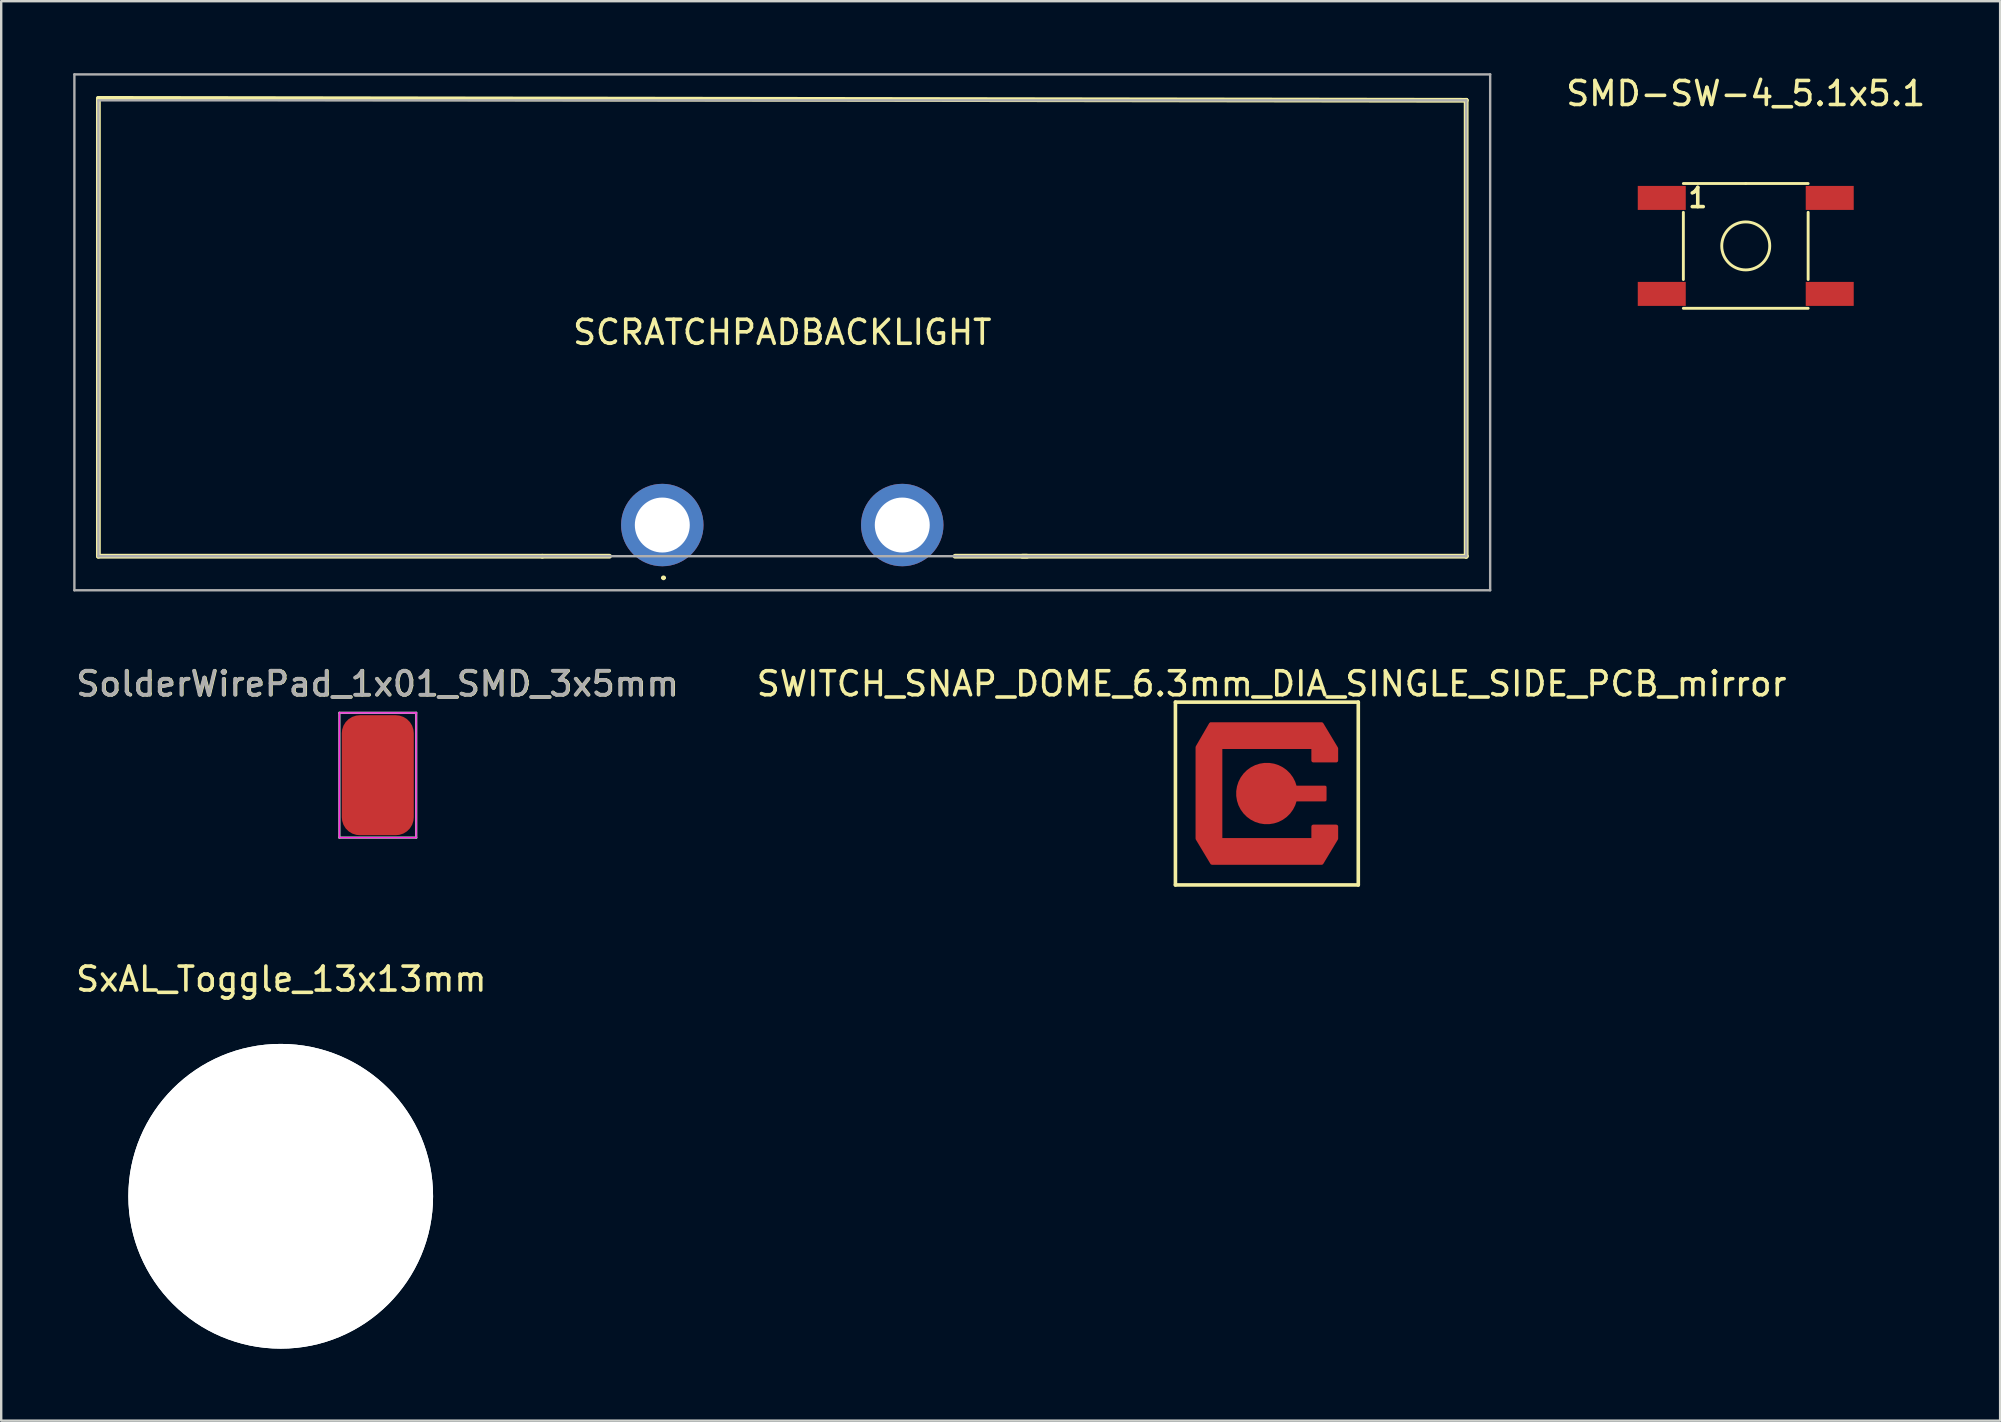
<source format=kicad_pcb>
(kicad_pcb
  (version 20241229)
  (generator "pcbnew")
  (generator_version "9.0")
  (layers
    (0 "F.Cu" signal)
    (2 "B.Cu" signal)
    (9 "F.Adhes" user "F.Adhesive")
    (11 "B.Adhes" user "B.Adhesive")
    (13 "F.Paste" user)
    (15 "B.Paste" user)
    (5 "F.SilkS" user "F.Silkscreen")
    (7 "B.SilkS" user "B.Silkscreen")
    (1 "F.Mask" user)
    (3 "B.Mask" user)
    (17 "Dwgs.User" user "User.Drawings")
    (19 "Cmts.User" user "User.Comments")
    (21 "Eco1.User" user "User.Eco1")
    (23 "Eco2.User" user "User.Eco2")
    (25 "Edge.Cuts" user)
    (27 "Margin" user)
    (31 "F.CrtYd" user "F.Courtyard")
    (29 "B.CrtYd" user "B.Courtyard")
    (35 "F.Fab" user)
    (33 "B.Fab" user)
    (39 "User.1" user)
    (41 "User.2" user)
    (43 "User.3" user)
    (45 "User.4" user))
  (footprint "SolderWirePad_1x01_SMD_3x5mm"
    (layer "F.Cu")
    (at 12.694 29.256)
    (property "Reference" "SolderWirePad_1x01_SMD_3x5mm" (at 0 -3.81 0) (layer "F.SilkS") (effects (font (size 1 1) (thickness 0.15))))
    (attr exclude_from_pos_files exclude_from_bom)
    (fp_line (start -1.6 -2.6) (end -1.6 2.6) (stroke (width 0.05) (type solid)) (layer "F.CrtYd"))
    (fp_line (start -1.6 2.6) (end 1.6 2.6) (stroke (width 0.05) (type solid)) (layer "F.CrtYd"))
    (fp_line (start 1.6 -2.6) (end -1.6 -2.6) (stroke (width 0.05) (type solid)) (layer "F.CrtYd"))
    (fp_line (start 1.6 2.6) (end 1.6 -2.6) (stroke (width 0.05) (type solid)) (layer "F.CrtYd"))
    (fp_line (start -1.6 -2.6) (end 1.6 -2.6) (stroke (width 0.1) (type solid)) (layer "F.Fab"))
    (fp_line (start -1.6 2.6) (end -1.6 -2.6) (stroke (width 0.1) (type solid)) (layer "F.Fab"))
    (fp_line (start 1.6 -2.6) (end 1.6 2.6) (stroke (width 0.1) (type solid)) (layer "F.Fab"))
    (fp_line (start 1.6 2.6) (end -1.6 2.6) (stroke (width 0.1) (type solid)) (layer "F.Fab"))
    (fp_text user "${REFERENCE}" (at -0.021 -3.809 0) (layer "F.Fab") (effects (font (size 1 1) (thickness 0.15))))
    (pad "1" smd roundrect (at 0 0) (size 3 5) (layers "F.Cu" "F.Mask" "F.Paste") (roundrect_rratio 0.25)))
  (footprint "SCRATCHPADBACKLIGHT"
    (layer "F.Cu")
    (at 24.55 18.83)
    (property "Reference" "SCRATCHPADBACKLIGHT" (at 5 -8.031 0) (layer "F.SilkS") (effects (font (size 1 1) (thickness 0.15))))
    (attr through_hole)
    (fp_line (start -23.5 -17.78) (end -23.5 1.3) (stroke (width 0.2) (type solid)) (layer "F.SilkS"))
    (fp_line (start -23.5 1.3) (end -5 1.3) (stroke (width 0.2) (type solid)) (layer "F.SilkS"))
    (fp_line (start -5 1.3) (end -2.2 1.3) (stroke (width 0.2) (type solid)) (layer "F.SilkS"))
    (fp_line (start 0 2.2) (end 0 2.2) (stroke (width 0.1) (type solid)) (layer "F.SilkS"))
    (fp_line (start 0.1 2.2) (end 0.1 2.2) (stroke (width 0.1) (type solid)) (layer "F.SilkS"))
    (fp_line (start 15 1.3) (end 33.5 1.3) (stroke (width 0.2) (type solid)) (layer "F.SilkS"))
    (fp_line (start 15.2 1.3) (end 12.2 1.3) (stroke (width 0.2) (type solid)) (layer "F.SilkS"))
    (fp_line (start 33.5 -17.7) (end -23.5 -17.78) (stroke (width 0.2) (type solid)) (layer "F.SilkS"))
    (fp_line (start 33.5 -17.7) (end 33.5 -17.7) (stroke (width 0.2) (type solid)) (layer "F.SilkS"))
    (fp_line (start 33.5 1.3) (end 33.5 -17.7) (stroke (width 0.2) (type solid)) (layer "F.SilkS"))
    (fp_line (start 33.5 1.3) (end 33.5 1.3) (stroke (width 0.2) (type solid)) (layer "F.SilkS"))
    (fp_arc (start 0 2.2) (mid 0.05 2.15) (end 0.1 2.2) (stroke (width 0.1) (type solid)) (layer "F.SilkS"))
    (fp_arc (start 0.1 2.2) (mid 0.05 2.25) (end 0 2.2) (stroke (width 0.1) (type solid)) (layer "F.SilkS"))
    (fp_line (start -24.5 -18.78) (end 34.5 -18.78) (stroke (width 0.1) (type solid)) (layer "F.Fab"))
    (fp_line (start -24.5 2.718) (end -24.5 -18.78) (stroke (width 0.1) (type solid)) (layer "F.Fab"))
    (fp_line (start -23.5 -17.7) (end 33.5 -17.7) (stroke (width 0.1) (type solid)) (layer "F.Fab"))
    (fp_line (start -23.5 1.3) (end -23.5 -17.7) (stroke (width 0.1) (type solid)) (layer "F.Fab"))
    (fp_line (start 33.5 -17.7) (end 33.5 1.3) (stroke (width 0.1) (type solid)) (layer "F.Fab"))
    (fp_line (start 33.5 1.3) (end -23.5 1.3) (stroke (width 0.1) (type solid)) (layer "F.Fab"))
    (fp_line (start 34.5 -18.78) (end 34.5 2.718) (stroke (width 0.1) (type solid)) (layer "F.Fab"))
    (fp_line (start 34.5 2.718) (end -24.5 2.718) (stroke (width 0.1) (type solid)) (layer "F.Fab"))
    (pad "1" thru_hole circle (at 0 0) (size 3.435 3.435) (drill 2.29) (layers "*.Cu" "*.Mask"))
    (pad "2" thru_hole circle (at 10 0) (size 3.435 3.435) (drill 2.29) (layers "*.Cu" "*.Mask")))
  (footprint "SxAL_Toggle_13x13mm"
    (layer "F.Cu")
    (at 8.648 46.803)
    (property "Reference" "SxAL_Toggle_13x13mm" (at 0.025 -9.05 0) (layer "F.SilkS") (effects (font (size 1 1) (thickness 0.15))))
    (attr through_hole)
    (pad "" np_thru_hole circle (at 0 0) (size 12.7 12.7) (drill 12.7) (layers "*.Mask" "F.Cu"))
    (pad "" np_thru_hole circle (at 0 0) (size 12.7 12.7) (drill 12.7) (layers "*.Mask" "B.Cu")))
  (footprint "SWITCH_SNAP_DOME_6.3mm_DIA_SINGLE_SIDE_PCB_mirror"
    (layer "F.Cu")
    (at 49.744 30.019)
    (property "Reference" "SWITCH_SNAP_DOME_6.3mm_DIA_SINGLE_SIDE_PCB_mirror" (at 0.2 -4.573 0) (layer "F.SilkS") (effects (font (size 1 1) (thickness 0.15))))
    (attr smd)
    (fp_line (start -3.81 -3.81) (end -3.81 3.81) (stroke (width 0.15) (type solid)) (layer "F.SilkS"))
    (fp_line (start -3.81 3.81) (end 3.81 3.81) (stroke (width 0.15) (type solid)) (layer "F.SilkS"))
    (fp_line (start 3.81 -3.81) (end -3.81 -3.81) (stroke (width 0.15) (type solid)) (layer "F.SilkS"))
    (fp_line (start 3.81 3.81) (end 3.81 -3.81) (stroke (width 0.15) (type solid)) (layer "F.SilkS"))
    (pad "1" smd custom (at 1.25 0) (size 2.45 0.64) (layers "F.Cu" "F.Mask" "F.Paste") (options (anchor rect)) (primitives (gr_line (start 1.163 0.254) (end -0.107 0.254) (width 0.15)) (gr_line (start -0.107 0.254) (end -0.107 -0.254) (width 0.15)) (gr_line (start -0.107 -0.254) (end 1.163 -0.254) (width 0.15)) (gr_line (start 1.163 -0.254) (end 1.163 0.254) (width 0.15)) (gr_poly (pts (xy 0.02 -0.254) (xy 1.163 -0.254) (xy 1.163 0.254) (xy 0.02 0.254)) (width 0.15) (fill yes)) (gr_circle (center -1.25 0) (end -0.045 0) (width 0.15) (fill no)) (gr_poly (pts (xy -1.25 -1.143) (xy -0.488 -0.889) (xy -0.107 -0.254) (xy -0.234 0.508) (xy -0.742 1.016) (xy -1.377 1.143) (xy -2.012 0.889) (xy -2.266 0.381) (xy -2.393 -0.127) (xy -2.139 -0.762) (xy -1.631 -1.016)) (width 0.15) (fill yes))))
    (pad "2" smd custom (at 2.4 1.676) (size 0.5 0.5) (layers "F.Cu" "F.Mask" "F.Paste") (options (anchor rect)) (primitives (gr_poly (pts (xy 0.496 -3.048) (xy 0.496 -3.556) (xy -0.114 -4.572) (xy -4.737 -4.572) (xy -5.296 -3.607) (xy -5.296 0.203) (xy -4.686 1.219) (xy -0.114 1.219) (xy 0.496 0.203) (xy 0.496 -0.305) (xy -0.47 -0.305) (xy -0.47 0.254) (xy -4.33 0.254) (xy -4.33 -3.607) (xy -0.47 -3.607) (xy -0.47 -3.048)) (width 0.15) (fill yes)))))
  (footprint "SMD-SW-4_5.1x5.1"
    (layer "F.Cu")
    (at 69.701 7.198)
    (property "Reference" "SMD-SW-4_5.1x5.1" (at 0 -6.35 0) (layer "F.SilkS") (effects (font (size 1 1) (thickness 0.15))))
    (attr smd)
    (fp_line (start -2.6 -1.4) (end -2.6 1.4) (stroke (width 0.12) (type solid)) (layer "F.SilkS"))
    (fp_line (start -2.6 2.6) (end 2.6 2.6) (stroke (width 0.12) (type solid)) (layer "F.SilkS"))
    (fp_line (start 0 -2.6) (end -2.6 -2.6) (stroke (width 0.12) (type solid)) (layer "F.SilkS"))
    (fp_line (start 0 -2.6) (end 2.6 -2.6) (stroke (width 0.12) (type solid)) (layer "F.SilkS"))
    (fp_line (start 2.6 1.4) (end 2.6 -1.4) (stroke (width 0.12) (type solid)) (layer "F.SilkS"))
    (fp_circle (center 0 0) (end 0 -1) (stroke (width 0.12) (type solid)) (fill no) (layer "F.SilkS"))
    (fp_text user "1" (at -2 -2 0) (layer "F.SilkS") (effects (font (size 0.8 0.8) (thickness 0.15))))
    (pad "1" smd rect (at -3.5 -2) (size 2 1) (layers "F.Cu" "F.Mask" "F.Paste"))
    (pad "2" smd rect (at 3.5 -2) (size 2 1) (layers "F.Cu" "F.Mask" "F.Paste"))
    (pad "3" smd rect (at -3.5 2) (size 2 1) (layers "F.Cu" "F.Mask" "F.Paste"))
    (pad "4" smd rect (at 3.5 2) (size 2 1) (layers "F.Cu" "F.Mask" "F.Paste")))
  (gr_rect
    (start -3 -3)
    (end 80.302 56.153)
    (stroke (width 0.1) (type default))
    (fill no)
    (layer "Edge.Cuts")))
</source>
